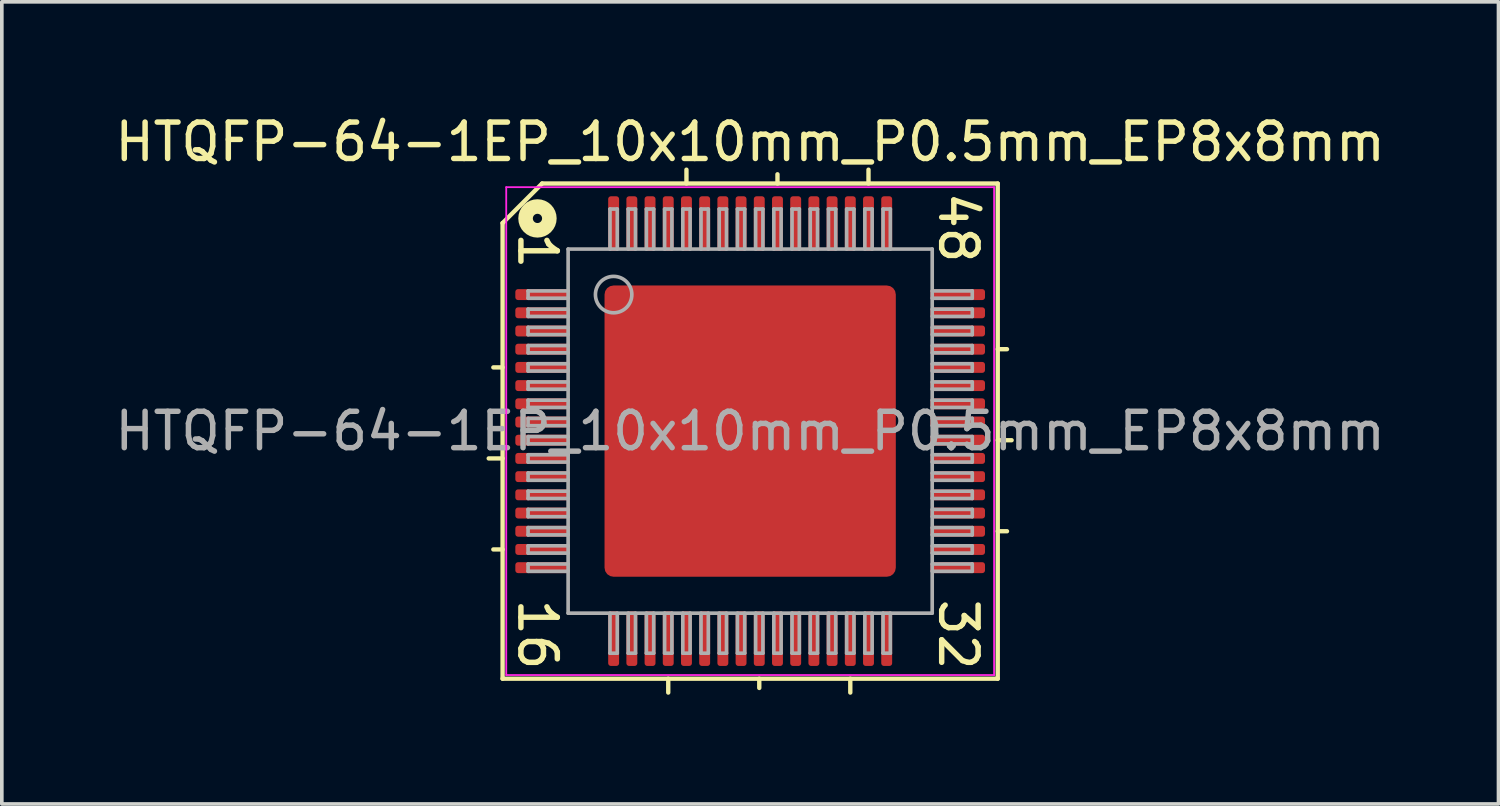
<source format=kicad_pcb>
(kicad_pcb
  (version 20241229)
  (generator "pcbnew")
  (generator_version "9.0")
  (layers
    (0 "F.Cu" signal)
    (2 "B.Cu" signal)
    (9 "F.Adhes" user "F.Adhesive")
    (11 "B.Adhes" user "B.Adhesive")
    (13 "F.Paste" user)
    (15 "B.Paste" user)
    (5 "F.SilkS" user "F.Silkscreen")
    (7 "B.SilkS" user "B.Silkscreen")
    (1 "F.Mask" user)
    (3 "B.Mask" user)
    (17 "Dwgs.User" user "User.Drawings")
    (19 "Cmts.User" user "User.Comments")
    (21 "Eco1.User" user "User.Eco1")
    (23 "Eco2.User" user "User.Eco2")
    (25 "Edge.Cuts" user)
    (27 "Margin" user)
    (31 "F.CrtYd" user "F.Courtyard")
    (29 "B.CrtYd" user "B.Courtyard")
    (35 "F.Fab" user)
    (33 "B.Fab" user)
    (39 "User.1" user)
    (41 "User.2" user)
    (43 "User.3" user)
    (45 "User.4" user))
  (footprint "HTQFP-64-1EP_10x10mm_P0.5mm_EP8x8mm"
    (layer "F.Cu")
    (at 17.554 8.791)
    (property "Reference" "HTQFP-64-1EP_10x10mm_P0.5mm_EP8x8mm" (at 0 -7.943 0) (layer "F.SilkS") (effects (font (size 1 1) (thickness 0.15))))
    (attr smd)
    (fp_line (start -6.8 -5.715) (end -6.8 6.8) (stroke (width 0.12) (type solid)) (layer "F.SilkS"))
    (fp_line (start -6.8 -1.75) (end -7.054 -1.75) (stroke (width 0.12) (type solid)) (layer "F.SilkS"))
    (fp_line (start -6.8 0.75) (end -7.181 0.75) (stroke (width 0.12) (type solid)) (layer "F.SilkS"))
    (fp_line (start -6.8 3.25) (end -7.054 3.25) (stroke (width 0.12) (type solid)) (layer "F.SilkS"))
    (fp_line (start -6.8 6.8) (end 6.8 6.8) (stroke (width 0.12) (type solid)) (layer "F.SilkS"))
    (fp_line (start -5.715 -6.8) (end -6.8 -5.715) (stroke (width 0.12) (type solid)) (layer "F.SilkS"))
    (fp_line (start -2.25 6.8) (end -2.25 7.181) (stroke (width 0.12) (type solid)) (layer "F.SilkS"))
    (fp_line (start -1.75 -6.8) (end -1.75 -7.181) (stroke (width 0.12) (type solid)) (layer "F.SilkS"))
    (fp_line (start 0.25 6.8) (end 0.25 7.054) (stroke (width 0.12) (type solid)) (layer "F.SilkS"))
    (fp_line (start 0.75 -6.8) (end 0.75 -7.054) (stroke (width 0.12) (type solid)) (layer "F.SilkS"))
    (fp_line (start 2.75 6.8) (end 2.75 7.181) (stroke (width 0.12) (type solid)) (layer "F.SilkS"))
    (fp_line (start 3.25 -6.8) (end 3.25 -7.181) (stroke (width 0.12) (type solid)) (layer "F.SilkS"))
    (fp_line (start 6.8 -6.8) (end -5.715 -6.8) (stroke (width 0.12) (type solid)) (layer "F.SilkS"))
    (fp_line (start 6.8 -2.25) (end 7.054 -2.25) (stroke (width 0.12) (type solid)) (layer "F.SilkS"))
    (fp_line (start 6.8 0.25) (end 7.181 0.25) (stroke (width 0.12) (type solid)) (layer "F.SilkS"))
    (fp_line (start 6.8 2.75) (end 7.054 2.75) (stroke (width 0.12) (type solid)) (layer "F.SilkS"))
    (fp_line (start 6.8 6.8) (end 6.8 -6.8) (stroke (width 0.12) (type solid)) (layer "F.SilkS"))
    (fp_circle (center -5.842 -5.842) (end -5.715 -5.842) (stroke (width 0.4) (type solid)) (fill no) (layer "F.SilkS"))
    (fp_line (start -6.7 -6.7) (end -6.7 6.7) (stroke (width 0.05) (type solid)) (layer "F.CrtYd"))
    (fp_line (start -6.7 -6.7) (end 6.7 -6.7) (stroke (width 0.05) (type solid)) (layer "F.CrtYd"))
    (fp_line (start -6.7 6.7) (end 6.7 6.7) (stroke (width 0.05) (type solid)) (layer "F.CrtYd"))
    (fp_line (start 6.7 -6.7) (end 6.7 6.7) (stroke (width 0.05) (type solid)) (layer "F.CrtYd"))
    (fp_line (start -6.1 -3.85) (end -6.1 -3.65) (stroke (width 0.1) (type solid)) (layer "F.Fab"))
    (fp_line (start -6.1 -3.85) (end -5 -3.85) (stroke (width 0.1) (type solid)) (layer "F.Fab"))
    (fp_line (start -6.1 -3.65) (end -5 -3.65) (stroke (width 0.1) (type solid)) (layer "F.Fab"))
    (fp_line (start -6.1 -3.35) (end -6.1 -3.15) (stroke (width 0.1) (type solid)) (layer "F.Fab"))
    (fp_line (start -6.1 -3.35) (end -5 -3.35) (stroke (width 0.1) (type solid)) (layer "F.Fab"))
    (fp_line (start -6.1 -3.15) (end -5 -3.15) (stroke (width 0.1) (type solid)) (layer "F.Fab"))
    (fp_line (start -6.1 -2.85) (end -6.1 -2.65) (stroke (width 0.1) (type solid)) (layer "F.Fab"))
    (fp_line (start -6.1 -2.85) (end -5 -2.85) (stroke (width 0.1) (type solid)) (layer "F.Fab"))
    (fp_line (start -6.1 -2.65) (end -5 -2.65) (stroke (width 0.1) (type solid)) (layer "F.Fab"))
    (fp_line (start -6.1 -2.35) (end -6.1 -2.15) (stroke (width 0.1) (type solid)) (layer "F.Fab"))
    (fp_line (start -6.1 -2.35) (end -5 -2.35) (stroke (width 0.1) (type solid)) (layer "F.Fab"))
    (fp_line (start -6.1 -2.15) (end -5 -2.15) (stroke (width 0.1) (type solid)) (layer "F.Fab"))
    (fp_line (start -6.1 -1.85) (end -6.1 -1.65) (stroke (width 0.1) (type solid)) (layer "F.Fab"))
    (fp_line (start -6.1 -1.85) (end -5 -1.85) (stroke (width 0.1) (type solid)) (layer "F.Fab"))
    (fp_line (start -6.1 -1.65) (end -5 -1.65) (stroke (width 0.1) (type solid)) (layer "F.Fab"))
    (fp_line (start -6.1 -1.35) (end -6.1 -1.15) (stroke (width 0.1) (type solid)) (layer "F.Fab"))
    (fp_line (start -6.1 -1.35) (end -5 -1.35) (stroke (width 0.1) (type solid)) (layer "F.Fab"))
    (fp_line (start -6.1 -1.15) (end -5 -1.15) (stroke (width 0.1) (type solid)) (layer "F.Fab"))
    (fp_line (start -6.1 -0.85) (end -6.1 -0.65) (stroke (width 0.1) (type solid)) (layer "F.Fab"))
    (fp_line (start -6.1 -0.85) (end -5 -0.85) (stroke (width 0.1) (type solid)) (layer "F.Fab"))
    (fp_line (start -6.1 -0.65) (end -5 -0.65) (stroke (width 0.1) (type solid)) (layer "F.Fab"))
    (fp_line (start -6.1 -0.35) (end -6.1 -0.15) (stroke (width 0.1) (type solid)) (layer "F.Fab"))
    (fp_line (start -6.1 -0.35) (end -5 -0.35) (stroke (width 0.1) (type solid)) (layer "F.Fab"))
    (fp_line (start -6.1 -0.15) (end -5 -0.15) (stroke (width 0.1) (type solid)) (layer "F.Fab"))
    (fp_line (start -6.1 0.15) (end -6.1 0.35) (stroke (width 0.1) (type solid)) (layer "F.Fab"))
    (fp_line (start -6.1 0.15) (end -5 0.15) (stroke (width 0.1) (type solid)) (layer "F.Fab"))
    (fp_line (start -6.1 0.35) (end -5 0.35) (stroke (width 0.1) (type solid)) (layer "F.Fab"))
    (fp_line (start -6.1 0.65) (end -6.1 0.85) (stroke (width 0.1) (type solid)) (layer "F.Fab"))
    (fp_line (start -6.1 0.65) (end -5 0.65) (stroke (width 0.1) (type solid)) (layer "F.Fab"))
    (fp_line (start -6.1 0.85) (end -5 0.85) (stroke (width 0.1) (type solid)) (layer "F.Fab"))
    (fp_line (start -6.1 1.15) (end -6.1 1.35) (stroke (width 0.1) (type solid)) (layer "F.Fab"))
    (fp_line (start -6.1 1.15) (end -5 1.15) (stroke (width 0.1) (type solid)) (layer "F.Fab"))
    (fp_line (start -6.1 1.35) (end -5 1.35) (stroke (width 0.1) (type solid)) (layer "F.Fab"))
    (fp_line (start -6.1 1.65) (end -6.1 1.85) (stroke (width 0.1) (type solid)) (layer "F.Fab"))
    (fp_line (start -6.1 1.65) (end -5 1.65) (stroke (width 0.1) (type solid)) (layer "F.Fab"))
    (fp_line (start -6.1 1.85) (end -5 1.85) (stroke (width 0.1) (type solid)) (layer "F.Fab"))
    (fp_line (start -6.1 2.15) (end -6.1 2.35) (stroke (width 0.1) (type solid)) (layer "F.Fab"))
    (fp_line (start -6.1 2.15) (end -5 2.15) (stroke (width 0.1) (type solid)) (layer "F.Fab"))
    (fp_line (start -6.1 2.35) (end -5 2.35) (stroke (width 0.1) (type solid)) (layer "F.Fab"))
    (fp_line (start -6.1 2.65) (end -6.1 2.85) (stroke (width 0.1) (type solid)) (layer "F.Fab"))
    (fp_line (start -6.1 2.65) (end -5 2.65) (stroke (width 0.1) (type solid)) (layer "F.Fab"))
    (fp_line (start -6.1 2.85) (end -5 2.85) (stroke (width 0.1) (type solid)) (layer "F.Fab"))
    (fp_line (start -6.1 3.15) (end -6.1 3.35) (stroke (width 0.1) (type solid)) (layer "F.Fab"))
    (fp_line (start -6.1 3.15) (end -5 3.15) (stroke (width 0.1) (type solid)) (layer "F.Fab"))
    (fp_line (start -6.1 3.35) (end -5 3.35) (stroke (width 0.1) (type solid)) (layer "F.Fab"))
    (fp_line (start -6.1 3.65) (end -6.1 3.85) (stroke (width 0.1) (type solid)) (layer "F.Fab"))
    (fp_line (start -6.1 3.65) (end -5 3.65) (stroke (width 0.1) (type solid)) (layer "F.Fab"))
    (fp_line (start -6.1 3.85) (end -5 3.85) (stroke (width 0.1) (type solid)) (layer "F.Fab"))
    (fp_line (start -5 -5) (end 5 -5) (stroke (width 0.1) (type solid)) (layer "F.Fab"))
    (fp_line (start -5 5) (end -5 -5) (stroke (width 0.1) (type solid)) (layer "F.Fab"))
    (fp_line (start -3.85 -6.1) (end -3.85 -5) (stroke (width 0.1) (type solid)) (layer "F.Fab"))
    (fp_line (start -3.85 6.1) (end -3.85 5) (stroke (width 0.1) (type solid)) (layer "F.Fab"))
    (fp_line (start -3.85 6.1) (end -3.65 6.1) (stroke (width 0.1) (type solid)) (layer "F.Fab"))
    (fp_line (start -3.65 -6.1) (end -3.85 -6.1) (stroke (width 0.1) (type solid)) (layer "F.Fab"))
    (fp_line (start -3.65 -6.1) (end -3.65 -5) (stroke (width 0.1) (type solid)) (layer "F.Fab"))
    (fp_line (start -3.65 6.1) (end -3.65 5) (stroke (width 0.1) (type solid)) (layer "F.Fab"))
    (fp_line (start -3.35 -6.1) (end -3.35 -5) (stroke (width 0.1) (type solid)) (layer "F.Fab"))
    (fp_line (start -3.35 6.1) (end -3.35 5) (stroke (width 0.1) (type solid)) (layer "F.Fab"))
    (fp_line (start -3.35 6.1) (end -3.15 6.1) (stroke (width 0.1) (type solid)) (layer "F.Fab"))
    (fp_line (start -3.15 -6.1) (end -3.35 -6.1) (stroke (width 0.1) (type solid)) (layer "F.Fab"))
    (fp_line (start -3.15 -6.1) (end -3.15 -5) (stroke (width 0.1) (type solid)) (layer "F.Fab"))
    (fp_line (start -3.15 6.1) (end -3.15 5) (stroke (width 0.1) (type solid)) (layer "F.Fab"))
    (fp_line (start -2.85 -6.1) (end -2.85 -5) (stroke (width 0.1) (type solid)) (layer "F.Fab"))
    (fp_line (start -2.85 6.1) (end -2.85 5) (stroke (width 0.1) (type solid)) (layer "F.Fab"))
    (fp_line (start -2.85 6.1) (end -2.65 6.1) (stroke (width 0.1) (type solid)) (layer "F.Fab"))
    (fp_line (start -2.65 -6.1) (end -2.85 -6.1) (stroke (width 0.1) (type solid)) (layer "F.Fab"))
    (fp_line (start -2.65 -6.1) (end -2.65 -5) (stroke (width 0.1) (type solid)) (layer "F.Fab"))
    (fp_line (start -2.65 6.1) (end -2.65 5) (stroke (width 0.1) (type solid)) (layer "F.Fab"))
    (fp_line (start -2.35 -6.1) (end -2.35 -5) (stroke (width 0.1) (type solid)) (layer "F.Fab"))
    (fp_line (start -2.35 6.1) (end -2.35 5) (stroke (width 0.1) (type solid)) (layer "F.Fab"))
    (fp_line (start -2.35 6.1) (end -2.15 6.1) (stroke (width 0.1) (type solid)) (layer "F.Fab"))
    (fp_line (start -2.15 -6.1) (end -2.35 -6.1) (stroke (width 0.1) (type solid)) (layer "F.Fab"))
    (fp_line (start -2.15 -6.1) (end -2.15 -5) (stroke (width 0.1) (type solid)) (layer "F.Fab"))
    (fp_line (start -2.15 6.1) (end -2.15 5) (stroke (width 0.1) (type solid)) (layer "F.Fab"))
    (fp_line (start -1.85 -6.1) (end -1.85 -5) (stroke (width 0.1) (type solid)) (layer "F.Fab"))
    (fp_line (start -1.85 6.1) (end -1.85 5) (stroke (width 0.1) (type solid)) (layer "F.Fab"))
    (fp_line (start -1.85 6.1) (end -1.65 6.1) (stroke (width 0.1) (type solid)) (layer "F.Fab"))
    (fp_line (start -1.65 -6.1) (end -1.85 -6.1) (stroke (width 0.1) (type solid)) (layer "F.Fab"))
    (fp_line (start -1.65 -6.1) (end -1.65 -5) (stroke (width 0.1) (type solid)) (layer "F.Fab"))
    (fp_line (start -1.65 6.1) (end -1.65 5) (stroke (width 0.1) (type solid)) (layer "F.Fab"))
    (fp_line (start -1.35 -6.1) (end -1.35 -5) (stroke (width 0.1) (type solid)) (layer "F.Fab"))
    (fp_line (start -1.35 6.1) (end -1.35 5) (stroke (width 0.1) (type solid)) (layer "F.Fab"))
    (fp_line (start -1.35 6.1) (end -1.15 6.1) (stroke (width 0.1) (type solid)) (layer "F.Fab"))
    (fp_line (start -1.15 -6.1) (end -1.35 -6.1) (stroke (width 0.1) (type solid)) (layer "F.Fab"))
    (fp_line (start -1.15 -6.1) (end -1.15 -5) (stroke (width 0.1) (type solid)) (layer "F.Fab"))
    (fp_line (start -1.15 6.1) (end -1.15 5) (stroke (width 0.1) (type solid)) (layer "F.Fab"))
    (fp_line (start -0.85 -6.1) (end -0.85 -5) (stroke (width 0.1) (type solid)) (layer "F.Fab"))
    (fp_line (start -0.85 6.1) (end -0.85 5) (stroke (width 0.1) (type solid)) (layer "F.Fab"))
    (fp_line (start -0.85 6.1) (end -0.65 6.1) (stroke (width 0.1) (type solid)) (layer "F.Fab"))
    (fp_line (start -0.65 -6.1) (end -0.85 -6.1) (stroke (width 0.1) (type solid)) (layer "F.Fab"))
    (fp_line (start -0.65 -6.1) (end -0.65 -5) (stroke (width 0.1) (type solid)) (layer "F.Fab"))
    (fp_line (start -0.65 6.1) (end -0.65 5) (stroke (width 0.1) (type solid)) (layer "F.Fab"))
    (fp_line (start -0.35 -6.1) (end -0.35 -5) (stroke (width 0.1) (type solid)) (layer "F.Fab"))
    (fp_line (start -0.35 6.1) (end -0.35 5) (stroke (width 0.1) (type solid)) (layer "F.Fab"))
    (fp_line (start -0.35 6.1) (end -0.15 6.1) (stroke (width 0.1) (type solid)) (layer "F.Fab"))
    (fp_line (start -0.15 -6.1) (end -0.35 -6.1) (stroke (width 0.1) (type solid)) (layer "F.Fab"))
    (fp_line (start -0.15 -6.1) (end -0.15 -5) (stroke (width 0.1) (type solid)) (layer "F.Fab"))
    (fp_line (start -0.15 6.1) (end -0.15 5) (stroke (width 0.1) (type solid)) (layer "F.Fab"))
    (fp_line (start 0.15 -6.1) (end 0.15 -5) (stroke (width 0.1) (type solid)) (layer "F.Fab"))
    (fp_line (start 0.15 6.1) (end 0.15 5) (stroke (width 0.1) (type solid)) (layer "F.Fab"))
    (fp_line (start 0.15 6.1) (end 0.35 6.1) (stroke (width 0.1) (type solid)) (layer "F.Fab"))
    (fp_line (start 0.35 -6.1) (end 0.15 -6.1) (stroke (width 0.1) (type solid)) (layer "F.Fab"))
    (fp_line (start 0.35 -6.1) (end 0.35 -5) (stroke (width 0.1) (type solid)) (layer "F.Fab"))
    (fp_line (start 0.35 6.1) (end 0.35 5) (stroke (width 0.1) (type solid)) (layer "F.Fab"))
    (fp_line (start 0.65 -6.1) (end 0.65 -5) (stroke (width 0.1) (type solid)) (layer "F.Fab"))
    (fp_line (start 0.65 6.1) (end 0.65 5) (stroke (width 0.1) (type solid)) (layer "F.Fab"))
    (fp_line (start 0.65 6.1) (end 0.85 6.1) (stroke (width 0.1) (type solid)) (layer "F.Fab"))
    (fp_line (start 0.85 -6.1) (end 0.65 -6.1) (stroke (width 0.1) (type solid)) (layer "F.Fab"))
    (fp_line (start 0.85 -6.1) (end 0.85 -5) (stroke (width 0.1) (type solid)) (layer "F.Fab"))
    (fp_line (start 0.85 6.1) (end 0.85 5) (stroke (width 0.1) (type solid)) (layer "F.Fab"))
    (fp_line (start 1.15 -6.1) (end 1.15 -5) (stroke (width 0.1) (type solid)) (layer "F.Fab"))
    (fp_line (start 1.15 6.1) (end 1.15 5) (stroke (width 0.1) (type solid)) (layer "F.Fab"))
    (fp_line (start 1.15 6.1) (end 1.35 6.1) (stroke (width 0.1) (type solid)) (layer "F.Fab"))
    (fp_line (start 1.35 -6.1) (end 1.15 -6.1) (stroke (width 0.1) (type solid)) (layer "F.Fab"))
    (fp_line (start 1.35 -6.1) (end 1.35 -5) (stroke (width 0.1) (type solid)) (layer "F.Fab"))
    (fp_line (start 1.35 6.1) (end 1.35 5) (stroke (width 0.1) (type solid)) (layer "F.Fab"))
    (fp_line (start 1.65 -6.1) (end 1.65 -5) (stroke (width 0.1) (type solid)) (layer "F.Fab"))
    (fp_line (start 1.65 6.1) (end 1.65 5) (stroke (width 0.1) (type solid)) (layer "F.Fab"))
    (fp_line (start 1.65 6.1) (end 1.85 6.1) (stroke (width 0.1) (type solid)) (layer "F.Fab"))
    (fp_line (start 1.85 -6.1) (end 1.65 -6.1) (stroke (width 0.1) (type solid)) (layer "F.Fab"))
    (fp_line (start 1.85 -6.1) (end 1.85 -5) (stroke (width 0.1) (type solid)) (layer "F.Fab"))
    (fp_line (start 1.85 6.1) (end 1.85 5) (stroke (width 0.1) (type solid)) (layer "F.Fab"))
    (fp_line (start 2.15 -6.1) (end 2.15 -5) (stroke (width 0.1) (type solid)) (layer "F.Fab"))
    (fp_line (start 2.15 6.1) (end 2.15 5) (stroke (width 0.1) (type solid)) (layer "F.Fab"))
    (fp_line (start 2.15 6.1) (end 2.35 6.1) (stroke (width 0.1) (type solid)) (layer "F.Fab"))
    (fp_line (start 2.35 -6.1) (end 2.15 -6.1) (stroke (width 0.1) (type solid)) (layer "F.Fab"))
    (fp_line (start 2.35 -6.1) (end 2.35 -5) (stroke (width 0.1) (type solid)) (layer "F.Fab"))
    (fp_line (start 2.35 6.1) (end 2.35 5) (stroke (width 0.1) (type solid)) (layer "F.Fab"))
    (fp_line (start 2.65 -6.1) (end 2.65 -5) (stroke (width 0.1) (type solid)) (layer "F.Fab"))
    (fp_line (start 2.65 6.1) (end 2.65 5) (stroke (width 0.1) (type solid)) (layer "F.Fab"))
    (fp_line (start 2.65 6.1) (end 2.85 6.1) (stroke (width 0.1) (type solid)) (layer "F.Fab"))
    (fp_line (start 2.85 -6.1) (end 2.65 -6.1) (stroke (width 0.1) (type solid)) (layer "F.Fab"))
    (fp_line (start 2.85 -6.1) (end 2.85 -5) (stroke (width 0.1) (type solid)) (layer "F.Fab"))
    (fp_line (start 2.85 6.1) (end 2.85 5) (stroke (width 0.1) (type solid)) (layer "F.Fab"))
    (fp_line (start 3.15 -6.1) (end 3.15 -5) (stroke (width 0.1) (type solid)) (layer "F.Fab"))
    (fp_line (start 3.15 6.1) (end 3.15 5) (stroke (width 0.1) (type solid)) (layer "F.Fab"))
    (fp_line (start 3.15 6.1) (end 3.35 6.1) (stroke (width 0.1) (type solid)) (layer "F.Fab"))
    (fp_line (start 3.35 -6.1) (end 3.15 -6.1) (stroke (width 0.1) (type solid)) (layer "F.Fab"))
    (fp_line (start 3.35 -6.1) (end 3.35 -5) (stroke (width 0.1) (type solid)) (layer "F.Fab"))
    (fp_line (start 3.35 6.1) (end 3.35 5) (stroke (width 0.1) (type solid)) (layer "F.Fab"))
    (fp_line (start 3.65 -6.1) (end 3.65 -5) (stroke (width 0.1) (type solid)) (layer "F.Fab"))
    (fp_line (start 3.65 6.1) (end 3.65 5) (stroke (width 0.1) (type solid)) (layer "F.Fab"))
    (fp_line (start 3.65 6.1) (end 3.85 6.1) (stroke (width 0.1) (type solid)) (layer "F.Fab"))
    (fp_line (start 3.85 -6.1) (end 3.65 -6.1) (stroke (width 0.1) (type solid)) (layer "F.Fab"))
    (fp_line (start 3.85 -6.1) (end 3.85 -5) (stroke (width 0.1) (type solid)) (layer "F.Fab"))
    (fp_line (start 3.85 6.1) (end 3.85 5) (stroke (width 0.1) (type solid)) (layer "F.Fab"))
    (fp_line (start 5 -5) (end 5 5) (stroke (width 0.1) (type solid)) (layer "F.Fab"))
    (fp_line (start 5 5) (end -5 5) (stroke (width 0.1) (type solid)) (layer "F.Fab"))
    (fp_line (start 6.1 -3.85) (end 5 -3.85) (stroke (width 0.1) (type solid)) (layer "F.Fab"))
    (fp_line (start 6.1 -3.65) (end 5 -3.65) (stroke (width 0.1) (type solid)) (layer "F.Fab"))
    (fp_line (start 6.1 -3.65) (end 6.1 -3.85) (stroke (width 0.1) (type solid)) (layer "F.Fab"))
    (fp_line (start 6.1 -3.35) (end 5 -3.35) (stroke (width 0.1) (type solid)) (layer "F.Fab"))
    (fp_line (start 6.1 -3.15) (end 5 -3.15) (stroke (width 0.1) (type solid)) (layer "F.Fab"))
    (fp_line (start 6.1 -3.15) (end 6.1 -3.35) (stroke (width 0.1) (type solid)) (layer "F.Fab"))
    (fp_line (start 6.1 -2.85) (end 5 -2.85) (stroke (width 0.1) (type solid)) (layer "F.Fab"))
    (fp_line (start 6.1 -2.65) (end 5 -2.65) (stroke (width 0.1) (type solid)) (layer "F.Fab"))
    (fp_line (start 6.1 -2.65) (end 6.1 -2.85) (stroke (width 0.1) (type solid)) (layer "F.Fab"))
    (fp_line (start 6.1 -2.35) (end 5 -2.35) (stroke (width 0.1) (type solid)) (layer "F.Fab"))
    (fp_line (start 6.1 -2.15) (end 5 -2.15) (stroke (width 0.1) (type solid)) (layer "F.Fab"))
    (fp_line (start 6.1 -2.15) (end 6.1 -2.35) (stroke (width 0.1) (type solid)) (layer "F.Fab"))
    (fp_line (start 6.1 -1.85) (end 5 -1.85) (stroke (width 0.1) (type solid)) (layer "F.Fab"))
    (fp_line (start 6.1 -1.65) (end 5 -1.65) (stroke (width 0.1) (type solid)) (layer "F.Fab"))
    (fp_line (start 6.1 -1.65) (end 6.1 -1.85) (stroke (width 0.1) (type solid)) (layer "F.Fab"))
    (fp_line (start 6.1 -1.35) (end 5 -1.35) (stroke (width 0.1) (type solid)) (layer "F.Fab"))
    (fp_line (start 6.1 -1.15) (end 5 -1.15) (stroke (width 0.1) (type solid)) (layer "F.Fab"))
    (fp_line (start 6.1 -1.15) (end 6.1 -1.35) (stroke (width 0.1) (type solid)) (layer "F.Fab"))
    (fp_line (start 6.1 -0.85) (end 5 -0.85) (stroke (width 0.1) (type solid)) (layer "F.Fab"))
    (fp_line (start 6.1 -0.65) (end 5 -0.65) (stroke (width 0.1) (type solid)) (layer "F.Fab"))
    (fp_line (start 6.1 -0.65) (end 6.1 -0.85) (stroke (width 0.1) (type solid)) (layer "F.Fab"))
    (fp_line (start 6.1 -0.35) (end 5 -0.35) (stroke (width 0.1) (type solid)) (layer "F.Fab"))
    (fp_line (start 6.1 -0.15) (end 5 -0.15) (stroke (width 0.1) (type solid)) (layer "F.Fab"))
    (fp_line (start 6.1 -0.15) (end 6.1 -0.35) (stroke (width 0.1) (type solid)) (layer "F.Fab"))
    (fp_line (start 6.1 0.15) (end 5 0.15) (stroke (width 0.1) (type solid)) (layer "F.Fab"))
    (fp_line (start 6.1 0.35) (end 5 0.35) (stroke (width 0.1) (type solid)) (layer "F.Fab"))
    (fp_line (start 6.1 0.35) (end 6.1 0.15) (stroke (width 0.1) (type solid)) (layer "F.Fab"))
    (fp_line (start 6.1 0.65) (end 5 0.65) (stroke (width 0.1) (type solid)) (layer "F.Fab"))
    (fp_line (start 6.1 0.85) (end 5 0.85) (stroke (width 0.1) (type solid)) (layer "F.Fab"))
    (fp_line (start 6.1 0.85) (end 6.1 0.65) (stroke (width 0.1) (type solid)) (layer "F.Fab"))
    (fp_line (start 6.1 1.15) (end 5 1.15) (stroke (width 0.1) (type solid)) (layer "F.Fab"))
    (fp_line (start 6.1 1.35) (end 5 1.35) (stroke (width 0.1) (type solid)) (layer "F.Fab"))
    (fp_line (start 6.1 1.35) (end 6.1 1.15) (stroke (width 0.1) (type solid)) (layer "F.Fab"))
    (fp_line (start 6.1 1.65) (end 5 1.65) (stroke (width 0.1) (type solid)) (layer "F.Fab"))
    (fp_line (start 6.1 1.85) (end 5 1.85) (stroke (width 0.1) (type solid)) (layer "F.Fab"))
    (fp_line (start 6.1 1.85) (end 6.1 1.65) (stroke (width 0.1) (type solid)) (layer "F.Fab"))
    (fp_line (start 6.1 2.15) (end 5 2.15) (stroke (width 0.1) (type solid)) (layer "F.Fab"))
    (fp_line (start 6.1 2.35) (end 5 2.35) (stroke (width 0.1) (type solid)) (layer "F.Fab"))
    (fp_line (start 6.1 2.35) (end 6.1 2.15) (stroke (width 0.1) (type solid)) (layer "F.Fab"))
    (fp_line (start 6.1 2.65) (end 5 2.65) (stroke (width 0.1) (type solid)) (layer "F.Fab"))
    (fp_line (start 6.1 2.85) (end 5 2.85) (stroke (width 0.1) (type solid)) (layer "F.Fab"))
    (fp_line (start 6.1 2.85) (end 6.1 2.65) (stroke (width 0.1) (type solid)) (layer "F.Fab"))
    (fp_line (start 6.1 3.15) (end 5 3.15) (stroke (width 0.1) (type solid)) (layer "F.Fab"))
    (fp_line (start 6.1 3.35) (end 5 3.35) (stroke (width 0.1) (type solid)) (layer "F.Fab"))
    (fp_line (start 6.1 3.35) (end 6.1 3.15) (stroke (width 0.1) (type solid)) (layer "F.Fab"))
    (fp_line (start 6.1 3.65) (end 5 3.65) (stroke (width 0.1) (type solid)) (layer "F.Fab"))
    (fp_line (start 6.1 3.85) (end 5 3.85) (stroke (width 0.1) (type solid)) (layer "F.Fab"))
    (fp_line (start 6.1 3.85) (end 6.1 3.65) (stroke (width 0.1) (type solid)) (layer "F.Fab"))
    (fp_circle (center -3.75 -3.75) (end -3.25 -3.75) (stroke (width 0.1) (type solid)) (fill no) (layer "F.Fab"))
    (fp_text user "32" (at 5.715 5.588 270) (unlocked yes) (layer "F.SilkS") (effects (font (size 1 1) (thickness 0.15))))
    (fp_text user "16" (at -5.842 5.588 270) (unlocked yes) (layer "F.SilkS") (effects (font (size 1 1) (thickness 0.15))))
    (fp_text user "48" (at 5.715 -5.588 270) (unlocked yes) (layer "F.SilkS") (effects (font (size 1 1) (thickness 0.15))))
    (fp_text user "1" (at -5.842 -4.953 270) (unlocked yes) (layer "F.SilkS") (effects (font (size 1 1) (thickness 0.15))))
    (fp_text user "${REFERENCE}" (at 0 0 0) (layer "F.Fab") (effects (font (size 1 1) (thickness 0.15))))
    (pad "" smd roundrect (at -3.2 -3.2 180) (size 1.3 1.3) (layers "F.Paste") (roundrect_rratio 0.192))
    (pad "" smd roundrect (at -3.2 -1.6 180) (size 1.3 1.3) (layers "F.Paste") (roundrect_rratio 0.192))
    (pad "" smd roundrect (at -3.2 0 180) (size 1.3 1.3) (layers "F.Paste") (roundrect_rratio 0.192))
    (pad "" smd roundrect (at -3.2 1.6 180) (size 1.3 1.3) (layers "F.Paste") (roundrect_rratio 0.192))
    (pad "" smd roundrect (at -3.2 3.2 180) (size 1.3 1.3) (layers "F.Paste") (roundrect_rratio 0.192))
    (pad "" smd roundrect (at -1.6 -3.2 180) (size 1.3 1.3) (layers "F.Paste") (roundrect_rratio 0.192))
    (pad "" smd roundrect (at -1.6 -1.6 180) (size 1.3 1.3) (layers "F.Paste") (roundrect_rratio 0.192))
    (pad "" smd roundrect (at -1.6 0 180) (size 1.3 1.3) (layers "F.Paste") (roundrect_rratio 0.192))
    (pad "" smd roundrect (at -1.6 1.6 180) (size 1.3 1.3) (layers "F.Paste") (roundrect_rratio 0.192))
    (pad "" smd roundrect (at -1.6 3.2 180) (size 1.3 1.3) (layers "F.Paste") (roundrect_rratio 0.192))
    (pad "" smd roundrect (at 0 -3.2 180) (size 1.3 1.3) (layers "F.Paste") (roundrect_rratio 0.192))
    (pad "" smd roundrect (at 0 -1.6 180) (size 1.3 1.3) (layers "F.Paste") (roundrect_rratio 0.192))
    (pad "" smd roundrect (at 0 0 180) (size 1.3 1.3) (layers "F.Paste") (roundrect_rratio 0.192))
    (pad "" smd roundrect (at 0 1.6 180) (size 1.3 1.3) (layers "F.Paste") (roundrect_rratio 0.192))
    (pad "" smd roundrect (at 0 3.2 180) (size 1.3 1.3) (layers "F.Paste") (roundrect_rratio 0.192))
    (pad "" smd roundrect (at 1.6 -3.2 180) (size 1.3 1.3) (layers "F.Paste") (roundrect_rratio 0.192))
    (pad "" smd roundrect (at 1.6 -1.6 180) (size 1.3 1.3) (layers "F.Paste") (roundrect_rratio 0.192))
    (pad "" smd roundrect (at 1.6 0 180) (size 1.3 1.3) (layers "F.Paste") (roundrect_rratio 0.192))
    (pad "" smd roundrect (at 1.6 1.6 180) (size 1.3 1.3) (layers "F.Paste") (roundrect_rratio 0.192))
    (pad "" smd roundrect (at 1.6 3.2 180) (size 1.3 1.3) (layers "F.Paste") (roundrect_rratio 0.192))
    (pad "" smd roundrect (at 3.2 -3.2 180) (size 1.3 1.3) (layers "F.Paste") (roundrect_rratio 0.192))
    (pad "" smd roundrect (at 3.2 -1.6 180) (size 1.3 1.3) (layers "F.Paste") (roundrect_rratio 0.192))
    (pad "" smd roundrect (at 3.2 0 180) (size 1.3 1.3) (layers "F.Paste") (roundrect_rratio 0.192))
    (pad "" smd roundrect (at 3.2 1.6 180) (size 1.3 1.3) (layers "F.Paste") (roundrect_rratio 0.192))
    (pad "" smd roundrect (at 3.2 3.2 180) (size 1.3 1.3) (layers "F.Paste") (roundrect_rratio 0.192))
    (pad "1" smd roundrect (at -5.7 -3.75) (size 1.5 0.3) (layers "F.Cu" "F.Mask" "F.Paste") (roundrect_rratio 0.25))
    (pad "2" smd roundrect (at -5.7 -3.25) (size 1.5 0.3) (layers "F.Cu" "F.Mask" "F.Paste") (roundrect_rratio 0.25))
    (pad "3" smd roundrect (at -5.7 -2.75) (size 1.5 0.3) (layers "F.Cu" "F.Mask" "F.Paste") (roundrect_rratio 0.25))
    (pad "4" smd roundrect (at -5.7 -2.25) (size 1.5 0.3) (layers "F.Cu" "F.Mask" "F.Paste") (roundrect_rratio 0.25))
    (pad "5" smd roundrect (at -5.7 -1.75) (size 1.5 0.3) (layers "F.Cu" "F.Mask" "F.Paste") (roundrect_rratio 0.25))
    (pad "6" smd roundrect (at -5.7 -1.25) (size 1.5 0.3) (layers "F.Cu" "F.Mask" "F.Paste") (roundrect_rratio 0.25))
    (pad "7" smd roundrect (at -5.7 -0.75) (size 1.5 0.3) (layers "F.Cu" "F.Mask" "F.Paste") (roundrect_rratio 0.25))
    (pad "8" smd roundrect (at -5.7 -0.25) (size 1.5 0.3) (layers "F.Cu" "F.Mask" "F.Paste") (roundrect_rratio 0.25))
    (pad "9" smd roundrect (at -5.7 0.25) (size 1.5 0.3) (layers "F.Cu" "F.Mask" "F.Paste") (roundrect_rratio 0.25))
    (pad "10" smd roundrect (at -5.7 0.75) (size 1.5 0.3) (layers "F.Cu" "F.Mask" "F.Paste") (roundrect_rratio 0.25))
    (pad "11" smd roundrect (at -5.7 1.25) (size 1.5 0.3) (layers "F.Cu" "F.Mask" "F.Paste") (roundrect_rratio 0.25))
    (pad "12" smd roundrect (at -5.7 1.75) (size 1.5 0.3) (layers "F.Cu" "F.Mask" "F.Paste") (roundrect_rratio 0.25))
    (pad "13" smd roundrect (at -5.7 2.25) (size 1.5 0.3) (layers "F.Cu" "F.Mask" "F.Paste") (roundrect_rratio 0.25))
    (pad "14" smd roundrect (at -5.7 2.75) (size 1.5 0.3) (layers "F.Cu" "F.Mask" "F.Paste") (roundrect_rratio 0.25))
    (pad "15" smd roundrect (at -5.7 3.25) (size 1.5 0.3) (layers "F.Cu" "F.Mask" "F.Paste") (roundrect_rratio 0.25))
    (pad "16" smd roundrect (at -5.7 3.75) (size 1.5 0.3) (layers "F.Cu" "F.Mask" "F.Paste") (roundrect_rratio 0.25))
    (pad "17" smd roundrect (at -3.75 5.7 90) (size 1.5 0.3) (layers "F.Cu" "F.Mask" "F.Paste") (roundrect_rratio 0.25))
    (pad "18" smd roundrect (at -3.25 5.7 90) (size 1.5 0.3) (layers "F.Cu" "F.Mask" "F.Paste") (roundrect_rratio 0.25))
    (pad "19" smd roundrect (at -2.75 5.7 90) (size 1.5 0.3) (layers "F.Cu" "F.Mask" "F.Paste") (roundrect_rratio 0.25))
    (pad "20" smd roundrect (at -2.25 5.7 90) (size 1.5 0.3) (layers "F.Cu" "F.Mask" "F.Paste") (roundrect_rratio 0.25))
    (pad "21" smd roundrect (at -1.75 5.7 90) (size 1.5 0.3) (layers "F.Cu" "F.Mask" "F.Paste") (roundrect_rratio 0.25))
    (pad "22" smd roundrect (at -1.25 5.7 90) (size 1.5 0.3) (layers "F.Cu" "F.Mask" "F.Paste") (roundrect_rratio 0.25))
    (pad "23" smd roundrect (at -0.75 5.7 90) (size 1.5 0.3) (layers "F.Cu" "F.Mask" "F.Paste") (roundrect_rratio 0.25))
    (pad "24" smd roundrect (at -0.25 5.7 90) (size 1.5 0.3) (layers "F.Cu" "F.Mask" "F.Paste") (roundrect_rratio 0.25))
    (pad "25" smd roundrect (at 0.25 5.7 90) (size 1.5 0.3) (layers "F.Cu" "F.Mask" "F.Paste") (roundrect_rratio 0.25))
    (pad "26" smd roundrect (at 0.75 5.7 90) (size 1.5 0.3) (layers "F.Cu" "F.Mask" "F.Paste") (roundrect_rratio 0.25))
    (pad "27" smd roundrect (at 1.25 5.7 90) (size 1.5 0.3) (layers "F.Cu" "F.Mask" "F.Paste") (roundrect_rratio 0.25))
    (pad "28" smd roundrect (at 1.75 5.7 90) (size 1.5 0.3) (layers "F.Cu" "F.Mask" "F.Paste") (roundrect_rratio 0.25))
    (pad "29" smd roundrect (at 2.25 5.7 90) (size 1.5 0.3) (layers "F.Cu" "F.Mask" "F.Paste") (roundrect_rratio 0.25))
    (pad "30" smd roundrect (at 2.75 5.7 90) (size 1.5 0.3) (layers "F.Cu" "F.Mask" "F.Paste") (roundrect_rratio 0.25))
    (pad "31" smd roundrect (at 3.25 5.7 90) (size 1.5 0.3) (layers "F.Cu" "F.Mask" "F.Paste") (roundrect_rratio 0.25))
    (pad "32" smd roundrect (at 3.75 5.7 90) (size 1.5 0.3) (layers "F.Cu" "F.Mask" "F.Paste") (roundrect_rratio 0.25))
    (pad "33" smd roundrect (at 5.7 3.75) (size 1.5 0.3) (layers "F.Cu" "F.Mask" "F.Paste") (roundrect_rratio 0.25))
    (pad "34" smd roundrect (at 5.7 3.25) (size 1.5 0.3) (layers "F.Cu" "F.Mask" "F.Paste") (roundrect_rratio 0.25))
    (pad "35" smd roundrect (at 5.7 2.75) (size 1.5 0.3) (layers "F.Cu" "F.Mask" "F.Paste") (roundrect_rratio 0.25))
    (pad "36" smd roundrect (at 5.7 2.25) (size 1.5 0.3) (layers "F.Cu" "F.Mask" "F.Paste") (roundrect_rratio 0.25))
    (pad "37" smd roundrect (at 5.7 1.75) (size 1.5 0.3) (layers "F.Cu" "F.Mask" "F.Paste") (roundrect_rratio 0.25))
    (pad "38" smd roundrect (at 5.7 1.25) (size 1.5 0.3) (layers "F.Cu" "F.Mask" "F.Paste") (roundrect_rratio 0.25))
    (pad "39" smd roundrect (at 5.7 0.75) (size 1.5 0.3) (layers "F.Cu" "F.Mask" "F.Paste") (roundrect_rratio 0.25))
    (pad "40" smd roundrect (at 5.7 0.25) (size 1.5 0.3) (layers "F.Cu" "F.Mask" "F.Paste") (roundrect_rratio 0.25))
    (pad "41" smd roundrect (at 5.7 -0.25) (size 1.5 0.3) (layers "F.Cu" "F.Mask" "F.Paste") (roundrect_rratio 0.25))
    (pad "42" smd roundrect (at 5.7 -0.75) (size 1.5 0.3) (layers "F.Cu" "F.Mask" "F.Paste") (roundrect_rratio 0.25))
    (pad "43" smd roundrect (at 5.7 -1.25) (size 1.5 0.3) (layers "F.Cu" "F.Mask" "F.Paste") (roundrect_rratio 0.25))
    (pad "44" smd roundrect (at 5.7 -1.75) (size 1.5 0.3) (layers "F.Cu" "F.Mask" "F.Paste") (roundrect_rratio 0.25))
    (pad "45" smd roundrect (at 5.7 -2.25) (size 1.5 0.3) (layers "F.Cu" "F.Mask" "F.Paste") (roundrect_rratio 0.25))
    (pad "46" smd roundrect (at 5.7 -2.75) (size 1.5 0.3) (layers "F.Cu" "F.Mask" "F.Paste") (roundrect_rratio 0.25))
    (pad "47" smd roundrect (at 5.7 -3.25) (size 1.5 0.3) (layers "F.Cu" "F.Mask" "F.Paste") (roundrect_rratio 0.25))
    (pad "48" smd roundrect (at 5.7 -3.75) (size 1.5 0.3) (layers "F.Cu" "F.Mask" "F.Paste") (roundrect_rratio 0.25))
    (pad "49" smd roundrect (at 3.75 -5.7 90) (size 1.5 0.3) (layers "F.Cu" "F.Mask" "F.Paste") (roundrect_rratio 0.25))
    (pad "50" smd roundrect (at 3.25 -5.7 90) (size 1.5 0.3) (layers "F.Cu" "F.Mask" "F.Paste") (roundrect_rratio 0.25))
    (pad "51" smd roundrect (at 2.75 -5.7 90) (size 1.5 0.3) (layers "F.Cu" "F.Mask" "F.Paste") (roundrect_rratio 0.25))
    (pad "52" smd roundrect (at 2.25 -5.7 90) (size 1.5 0.3) (layers "F.Cu" "F.Mask" "F.Paste") (roundrect_rratio 0.25))
    (pad "53" smd roundrect (at 1.75 -5.7 90) (size 1.5 0.3) (layers "F.Cu" "F.Mask" "F.Paste") (roundrect_rratio 0.25))
    (pad "54" smd roundrect (at 1.25 -5.7 90) (size 1.5 0.3) (layers "F.Cu" "F.Mask" "F.Paste") (roundrect_rratio 0.25))
    (pad "55" smd roundrect (at 0.75 -5.7 90) (size 1.5 0.3) (layers "F.Cu" "F.Mask" "F.Paste") (roundrect_rratio 0.25))
    (pad "56" smd roundrect (at 0.25 -5.7 90) (size 1.5 0.3) (layers "F.Cu" "F.Mask" "F.Paste") (roundrect_rratio 0.25))
    (pad "57" smd roundrect (at -0.25 -5.7 90) (size 1.5 0.3) (layers "F.Cu" "F.Mask" "F.Paste") (roundrect_rratio 0.25))
    (pad "58" smd roundrect (at -0.75 -5.7 90) (size 1.5 0.3) (layers "F.Cu" "F.Mask" "F.Paste") (roundrect_rratio 0.25))
    (pad "59" smd roundrect (at -1.25 -5.7 90) (size 1.5 0.3) (layers "F.Cu" "F.Mask" "F.Paste") (roundrect_rratio 0.25))
    (pad "60" smd roundrect (at -1.75 -5.7 90) (size 1.5 0.3) (layers "F.Cu" "F.Mask" "F.Paste") (roundrect_rratio 0.25))
    (pad "61" smd roundrect (at -2.25 -5.7 90) (size 1.5 0.3) (layers "F.Cu" "F.Mask" "F.Paste") (roundrect_rratio 0.25))
    (pad "62" smd roundrect (at -2.75 -5.7 90) (size 1.5 0.3) (layers "F.Cu" "F.Mask" "F.Paste") (roundrect_rratio 0.25))
    (pad "63" smd roundrect (at -3.25 -5.7 90) (size 1.5 0.3) (layers "F.Cu" "F.Mask" "F.Paste") (roundrect_rratio 0.25))
    (pad "64" smd roundrect (at -3.75 -5.7 90) (size 1.5 0.3) (layers "F.Cu" "F.Mask" "F.Paste") (roundrect_rratio 0.25))
    (pad "65" smd roundrect (at 0 0 180) (size 8 8) (layers "F.Cu" "F.Mask") (roundrect_rratio 0.031)))
  (gr_rect
    (start -3 -3)
    (end 38.107 19.032)
    (stroke (width 0.1) (type default))
    (fill no)
    (layer "Edge.Cuts")))
</source>
